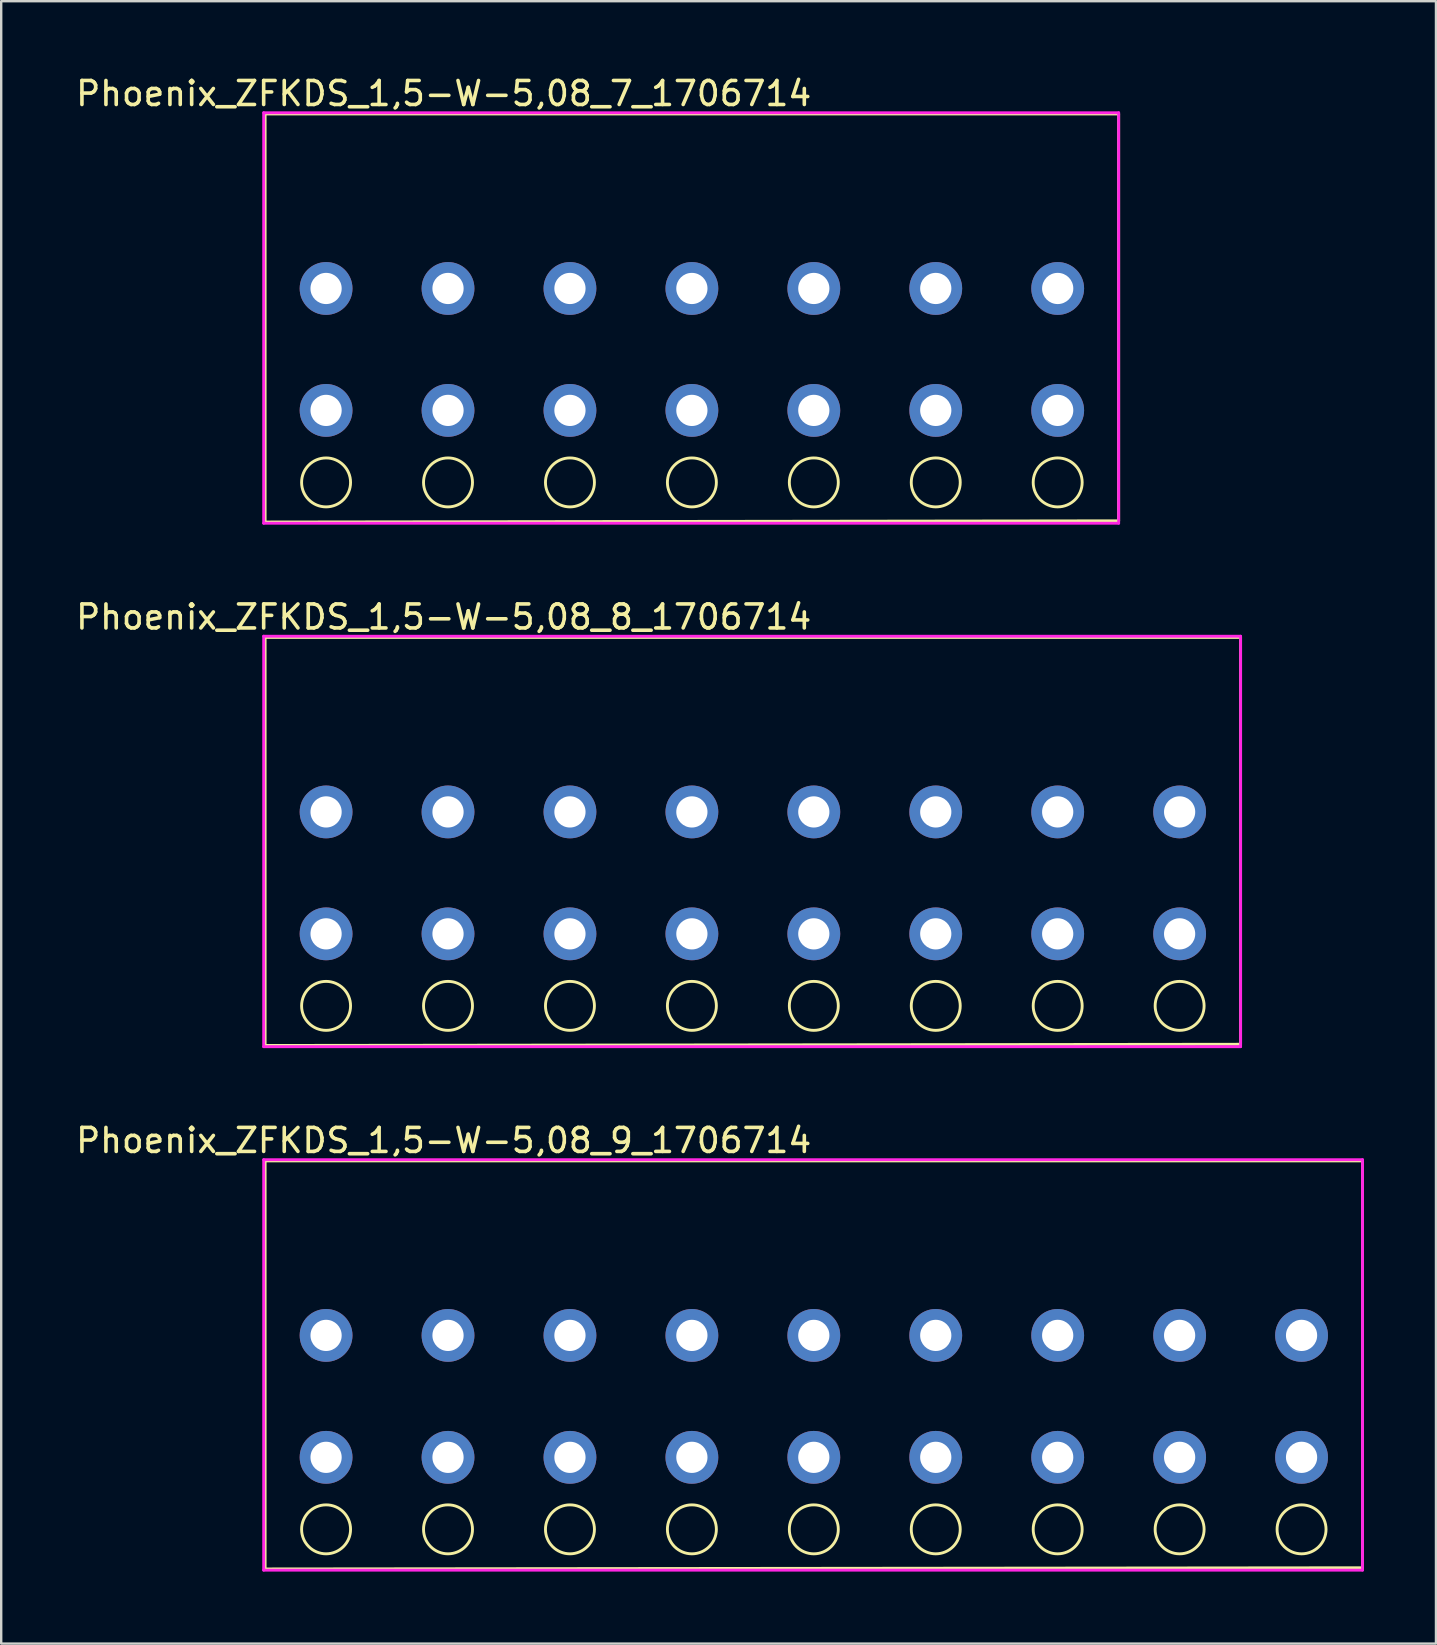
<source format=kicad_pcb>
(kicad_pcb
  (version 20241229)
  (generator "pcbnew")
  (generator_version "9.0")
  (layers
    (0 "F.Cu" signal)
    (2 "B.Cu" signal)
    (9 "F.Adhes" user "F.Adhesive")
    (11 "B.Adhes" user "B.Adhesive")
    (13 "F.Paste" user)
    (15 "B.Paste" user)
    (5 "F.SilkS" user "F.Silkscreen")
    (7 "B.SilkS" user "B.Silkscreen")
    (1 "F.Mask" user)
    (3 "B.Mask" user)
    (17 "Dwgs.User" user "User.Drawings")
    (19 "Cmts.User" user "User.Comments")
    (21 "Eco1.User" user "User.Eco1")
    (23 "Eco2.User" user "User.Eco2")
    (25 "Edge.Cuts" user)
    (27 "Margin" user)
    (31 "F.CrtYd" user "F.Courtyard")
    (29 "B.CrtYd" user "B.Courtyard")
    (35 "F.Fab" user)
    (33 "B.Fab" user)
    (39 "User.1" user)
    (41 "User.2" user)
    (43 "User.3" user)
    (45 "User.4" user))
  (footprint "Phoenix_ZFKDS_1,5-W-5,08_9_1706714"
    (layer "F.Cu")
    (at 10.535 57.665)
    (property "Reference" "Phoenix_ZFKDS_1,5-W-5,08_9_1706714" (at 4.9 -13.2 0) (layer "F.SilkS") (effects (font (size 1 1) (thickness 0.15))))
    (attr through_hole)
    (fp_line (start -2.54 -12.35) (end -2.54 4.65) (stroke (width 0.12) (type solid)) (layer "F.SilkS"))
    (fp_line (start -2.54 4.65) (end 43.18 4.6) (stroke (width 0.12) (type solid)) (layer "F.SilkS"))
    (fp_line (start 43.18 -12.35) (end -2.54 -12.35) (stroke (width 0.12) (type solid)) (layer "F.SilkS"))
    (fp_line (start 43.18 4.6) (end 43.18 -12.35) (stroke (width 0.12) (type solid)) (layer "F.SilkS"))
    (fp_circle (center 0 3) (end 1 2.8) (stroke (width 0.12) (type solid)) (fill no) (layer "F.SilkS"))
    (fp_circle (center 5.08 3) (end 6.1 3) (stroke (width 0.12) (type solid)) (fill no) (layer "F.SilkS"))
    (fp_circle (center 10.16 3) (end 11.18 3) (stroke (width 0.12) (type solid)) (fill no) (layer "F.SilkS"))
    (fp_circle (center 15.24 3) (end 16.26 3) (stroke (width 0.12) (type solid)) (fill no) (layer "F.SilkS"))
    (fp_circle (center 20.32 3) (end 21.34 3) (stroke (width 0.12) (type solid)) (fill no) (layer "F.SilkS"))
    (fp_circle (center 25.4 3) (end 26.42 3) (stroke (width 0.12) (type solid)) (fill no) (layer "F.SilkS"))
    (fp_circle (center 30.48 3) (end 31.5 3) (stroke (width 0.12) (type solid)) (fill no) (layer "F.SilkS"))
    (fp_circle (center 35.56 3) (end 36.58 3) (stroke (width 0.12) (type solid)) (fill no) (layer "F.SilkS"))
    (fp_circle (center 40.64 3) (end 41.66 3) (stroke (width 0.12) (type solid)) (fill no) (layer "F.SilkS"))
    (fp_line (start -2.6 -12.4) (end 43.18 -12.4) (stroke (width 0.12) (type solid)) (layer "F.CrtYd"))
    (fp_line (start -2.6 4.7) (end -2.6 -12.4) (stroke (width 0.12) (type solid)) (layer "F.CrtYd"))
    (fp_line (start 43.18 -12.4) (end 43.18 4.7) (stroke (width 0.12) (type solid)) (layer "F.CrtYd"))
    (fp_line (start 43.18 4.7) (end -2.6 4.7) (stroke (width 0.12) (type solid)) (layer "F.CrtYd"))
    (pad "1" thru_hole circle (at 0 -5.08) (size 2.2 2.2) (drill 1.3) (layers "*.Cu" "*.Mask"))
    (pad "1" thru_hole circle (at 0 0) (size 2.2 2.2) (drill 1.3) (layers "*.Cu" "*.Mask"))
    (pad "2" thru_hole circle (at 5.08 -5.08) (size 2.2 2.2) (drill 1.3) (layers "*.Cu" "*.Mask"))
    (pad "2" thru_hole circle (at 5.08 0) (size 2.2 2.2) (drill 1.3) (layers "*.Cu" "*.Mask"))
    (pad "3" thru_hole circle (at 10.16 -5.08) (size 2.2 2.2) (drill 1.3) (layers "*.Cu" "*.Mask"))
    (pad "3" thru_hole circle (at 10.16 0) (size 2.2 2.2) (drill 1.3) (layers "*.Cu" "*.Mask"))
    (pad "4" thru_hole circle (at 15.24 -5.08) (size 2.2 2.2) (drill 1.3) (layers "*.Cu" "*.Mask"))
    (pad "4" thru_hole circle (at 15.24 0) (size 2.2 2.2) (drill 1.3) (layers "*.Cu" "*.Mask"))
    (pad "5" thru_hole circle (at 20.32 -5.08) (size 2.2 2.2) (drill 1.3) (layers "*.Cu" "*.Mask"))
    (pad "5" thru_hole circle (at 20.32 0) (size 2.2 2.2) (drill 1.3) (layers "*.Cu" "*.Mask"))
    (pad "6" thru_hole circle (at 25.4 -5.08) (size 2.2 2.2) (drill 1.3) (layers "*.Cu" "*.Mask"))
    (pad "6" thru_hole circle (at 25.4 0) (size 2.2 2.2) (drill 1.3) (layers "*.Cu" "*.Mask"))
    (pad "7" thru_hole circle (at 30.48 -5.08) (size 2.2 2.2) (drill 1.3) (layers "*.Cu" "*.Mask"))
    (pad "7" thru_hole circle (at 30.48 0) (size 2.2 2.2) (drill 1.3) (layers "*.Cu" "*.Mask"))
    (pad "8" thru_hole circle (at 35.56 -5.08) (size 2.2 2.2) (drill 1.3) (layers "*.Cu" "*.Mask"))
    (pad "8" thru_hole circle (at 35.56 0) (size 2.2 2.2) (drill 1.3) (layers "*.Cu" "*.Mask"))
    (pad "9" thru_hole circle (at 40.64 -5.08) (size 2.2 2.2) (drill 1.3) (layers "*.Cu" "*.Mask"))
    (pad "9" thru_hole circle (at 40.64 0) (size 2.2 2.2) (drill 1.3) (layers "*.Cu" "*.Mask")))
  (footprint "Phoenix_ZFKDS_1,5-W-5,08_7_1706714"
    (layer "F.Cu")
    (at 10.535 14.048)
    (property "Reference" "Phoenix_ZFKDS_1,5-W-5,08_7_1706714" (at 4.9 -13.2 0) (layer "F.SilkS") (effects (font (size 1 1) (thickness 0.15))))
    (attr through_hole)
    (fp_line (start -2.54 -12.35) (end -2.54 4.65) (stroke (width 0.12) (type solid)) (layer "F.SilkS"))
    (fp_line (start -2.54 4.65) (end 33.02 4.6) (stroke (width 0.12) (type solid)) (layer "F.SilkS"))
    (fp_line (start 33.02 -12.35) (end -2.54 -12.35) (stroke (width 0.12) (type solid)) (layer "F.SilkS"))
    (fp_line (start 33.02 4.6) (end 33.02 -12.35) (stroke (width 0.12) (type solid)) (layer "F.SilkS"))
    (fp_circle (center 0 3) (end 1 2.8) (stroke (width 0.12) (type solid)) (fill no) (layer "F.SilkS"))
    (fp_circle (center 5.08 3) (end 6.1 3) (stroke (width 0.12) (type solid)) (fill no) (layer "F.SilkS"))
    (fp_circle (center 10.16 3) (end 11.18 3) (stroke (width 0.12) (type solid)) (fill no) (layer "F.SilkS"))
    (fp_circle (center 15.24 3) (end 16.26 3) (stroke (width 0.12) (type solid)) (fill no) (layer "F.SilkS"))
    (fp_circle (center 20.32 3) (end 21.34 3) (stroke (width 0.12) (type solid)) (fill no) (layer "F.SilkS"))
    (fp_circle (center 25.4 3) (end 26.42 3) (stroke (width 0.12) (type solid)) (fill no) (layer "F.SilkS"))
    (fp_circle (center 30.48 3) (end 31.5 3) (stroke (width 0.12) (type solid)) (fill no) (layer "F.SilkS"))
    (fp_line (start -2.6 -12.4) (end 33.02 -12.4) (stroke (width 0.12) (type solid)) (layer "F.CrtYd"))
    (fp_line (start -2.6 4.7) (end -2.6 -12.4) (stroke (width 0.12) (type solid)) (layer "F.CrtYd"))
    (fp_line (start 33.02 -12.4) (end 33.02 4.7) (stroke (width 0.12) (type solid)) (layer "F.CrtYd"))
    (fp_line (start 33.02 4.7) (end -2.6 4.7) (stroke (width 0.12) (type solid)) (layer "F.CrtYd"))
    (pad "1" thru_hole circle (at 0 -5.08) (size 2.2 2.2) (drill 1.3) (layers "*.Cu" "*.Mask"))
    (pad "1" thru_hole circle (at 0 0) (size 2.2 2.2) (drill 1.3) (layers "*.Cu" "*.Mask"))
    (pad "2" thru_hole circle (at 5.08 -5.08) (size 2.2 2.2) (drill 1.3) (layers "*.Cu" "*.Mask"))
    (pad "2" thru_hole circle (at 5.08 0) (size 2.2 2.2) (drill 1.3) (layers "*.Cu" "*.Mask"))
    (pad "3" thru_hole circle (at 10.16 -5.08) (size 2.2 2.2) (drill 1.3) (layers "*.Cu" "*.Mask"))
    (pad "3" thru_hole circle (at 10.16 0) (size 2.2 2.2) (drill 1.3) (layers "*.Cu" "*.Mask"))
    (pad "4" thru_hole circle (at 15.24 -5.08) (size 2.2 2.2) (drill 1.3) (layers "*.Cu" "*.Mask"))
    (pad "4" thru_hole circle (at 15.24 0) (size 2.2 2.2) (drill 1.3) (layers "*.Cu" "*.Mask"))
    (pad "5" thru_hole circle (at 20.32 -5.08) (size 2.2 2.2) (drill 1.3) (layers "*.Cu" "*.Mask"))
    (pad "5" thru_hole circle (at 20.32 0) (size 2.2 2.2) (drill 1.3) (layers "*.Cu" "*.Mask"))
    (pad "6" thru_hole circle (at 25.4 -5.08) (size 2.2 2.2) (drill 1.3) (layers "*.Cu" "*.Mask"))
    (pad "6" thru_hole circle (at 25.4 0) (size 2.2 2.2) (drill 1.3) (layers "*.Cu" "*.Mask"))
    (pad "7" thru_hole circle (at 30.48 -5.08) (size 2.2 2.2) (drill 1.3) (layers "*.Cu" "*.Mask"))
    (pad "7" thru_hole circle (at 30.48 0) (size 2.2 2.2) (drill 1.3) (layers "*.Cu" "*.Mask")))
  (footprint "Phoenix_ZFKDS_1,5-W-5,08_8_1706714"
    (layer "F.Cu")
    (at 10.535 35.856)
    (property "Reference" "Phoenix_ZFKDS_1,5-W-5,08_8_1706714" (at 4.9 -13.2 0) (layer "F.SilkS") (effects (font (size 1 1) (thickness 0.15))))
    (attr through_hole)
    (fp_line (start -2.54 -12.35) (end -2.54 4.65) (stroke (width 0.12) (type solid)) (layer "F.SilkS"))
    (fp_line (start -2.54 4.65) (end 38.1 4.6) (stroke (width 0.12) (type solid)) (layer "F.SilkS"))
    (fp_line (start 38.1 -12.35) (end -2.54 -12.35) (stroke (width 0.12) (type solid)) (layer "F.SilkS"))
    (fp_line (start 38.1 4.6) (end 38.1 -12.35) (stroke (width 0.12) (type solid)) (layer "F.SilkS"))
    (fp_circle (center 0 3) (end 1 2.8) (stroke (width 0.12) (type solid)) (fill no) (layer "F.SilkS"))
    (fp_circle (center 5.08 3) (end 6.1 3) (stroke (width 0.12) (type solid)) (fill no) (layer "F.SilkS"))
    (fp_circle (center 10.16 3) (end 11.18 3) (stroke (width 0.12) (type solid)) (fill no) (layer "F.SilkS"))
    (fp_circle (center 15.24 3) (end 16.26 3) (stroke (width 0.12) (type solid)) (fill no) (layer "F.SilkS"))
    (fp_circle (center 20.32 3) (end 21.34 3) (stroke (width 0.12) (type solid)) (fill no) (layer "F.SilkS"))
    (fp_circle (center 25.4 3) (end 26.42 3) (stroke (width 0.12) (type solid)) (fill no) (layer "F.SilkS"))
    (fp_circle (center 30.48 3) (end 31.5 3) (stroke (width 0.12) (type solid)) (fill no) (layer "F.SilkS"))
    (fp_circle (center 35.56 3) (end 36.58 3) (stroke (width 0.12) (type solid)) (fill no) (layer "F.SilkS"))
    (fp_line (start -2.6 -12.4) (end 38.1 -12.4) (stroke (width 0.12) (type solid)) (layer "F.CrtYd"))
    (fp_line (start -2.6 4.7) (end -2.6 -12.4) (stroke (width 0.12) (type solid)) (layer "F.CrtYd"))
    (fp_line (start 38.1 -12.4) (end 38.1 4.7) (stroke (width 0.12) (type solid)) (layer "F.CrtYd"))
    (fp_line (start 38.1 4.7) (end -2.6 4.7) (stroke (width 0.12) (type solid)) (layer "F.CrtYd"))
    (pad "1" thru_hole circle (at 0 -5.08) (size 2.2 2.2) (drill 1.3) (layers "*.Cu" "*.Mask"))
    (pad "1" thru_hole circle (at 0 0) (size 2.2 2.2) (drill 1.3) (layers "*.Cu" "*.Mask"))
    (pad "2" thru_hole circle (at 5.08 -5.08) (size 2.2 2.2) (drill 1.3) (layers "*.Cu" "*.Mask"))
    (pad "2" thru_hole circle (at 5.08 0) (size 2.2 2.2) (drill 1.3) (layers "*.Cu" "*.Mask"))
    (pad "3" thru_hole circle (at 10.16 -5.08) (size 2.2 2.2) (drill 1.3) (layers "*.Cu" "*.Mask"))
    (pad "3" thru_hole circle (at 10.16 0) (size 2.2 2.2) (drill 1.3) (layers "*.Cu" "*.Mask"))
    (pad "4" thru_hole circle (at 15.24 -5.08) (size 2.2 2.2) (drill 1.3) (layers "*.Cu" "*.Mask"))
    (pad "4" thru_hole circle (at 15.24 0) (size 2.2 2.2) (drill 1.3) (layers "*.Cu" "*.Mask"))
    (pad "5" thru_hole circle (at 20.32 -5.08) (size 2.2 2.2) (drill 1.3) (layers "*.Cu" "*.Mask"))
    (pad "5" thru_hole circle (at 20.32 0) (size 2.2 2.2) (drill 1.3) (layers "*.Cu" "*.Mask"))
    (pad "6" thru_hole circle (at 25.4 -5.08) (size 2.2 2.2) (drill 1.3) (layers "*.Cu" "*.Mask"))
    (pad "6" thru_hole circle (at 25.4 0) (size 2.2 2.2) (drill 1.3) (layers "*.Cu" "*.Mask"))
    (pad "7" thru_hole circle (at 30.48 -5.08) (size 2.2 2.2) (drill 1.3) (layers "*.Cu" "*.Mask"))
    (pad "7" thru_hole circle (at 30.48 0) (size 2.2 2.2) (drill 1.3) (layers "*.Cu" "*.Mask"))
    (pad "8" thru_hole circle (at 35.56 -5.08) (size 2.2 2.2) (drill 1.3) (layers "*.Cu" "*.Mask"))
    (pad "8" thru_hole circle (at 35.56 0) (size 2.2 2.2) (drill 1.3) (layers "*.Cu" "*.Mask")))
  (gr_rect
    (start -3 -3)
    (end 56.775 65.425)
    (stroke (width 0.1) (type default))
    (fill no)
    (layer "Edge.Cuts")))
</source>
